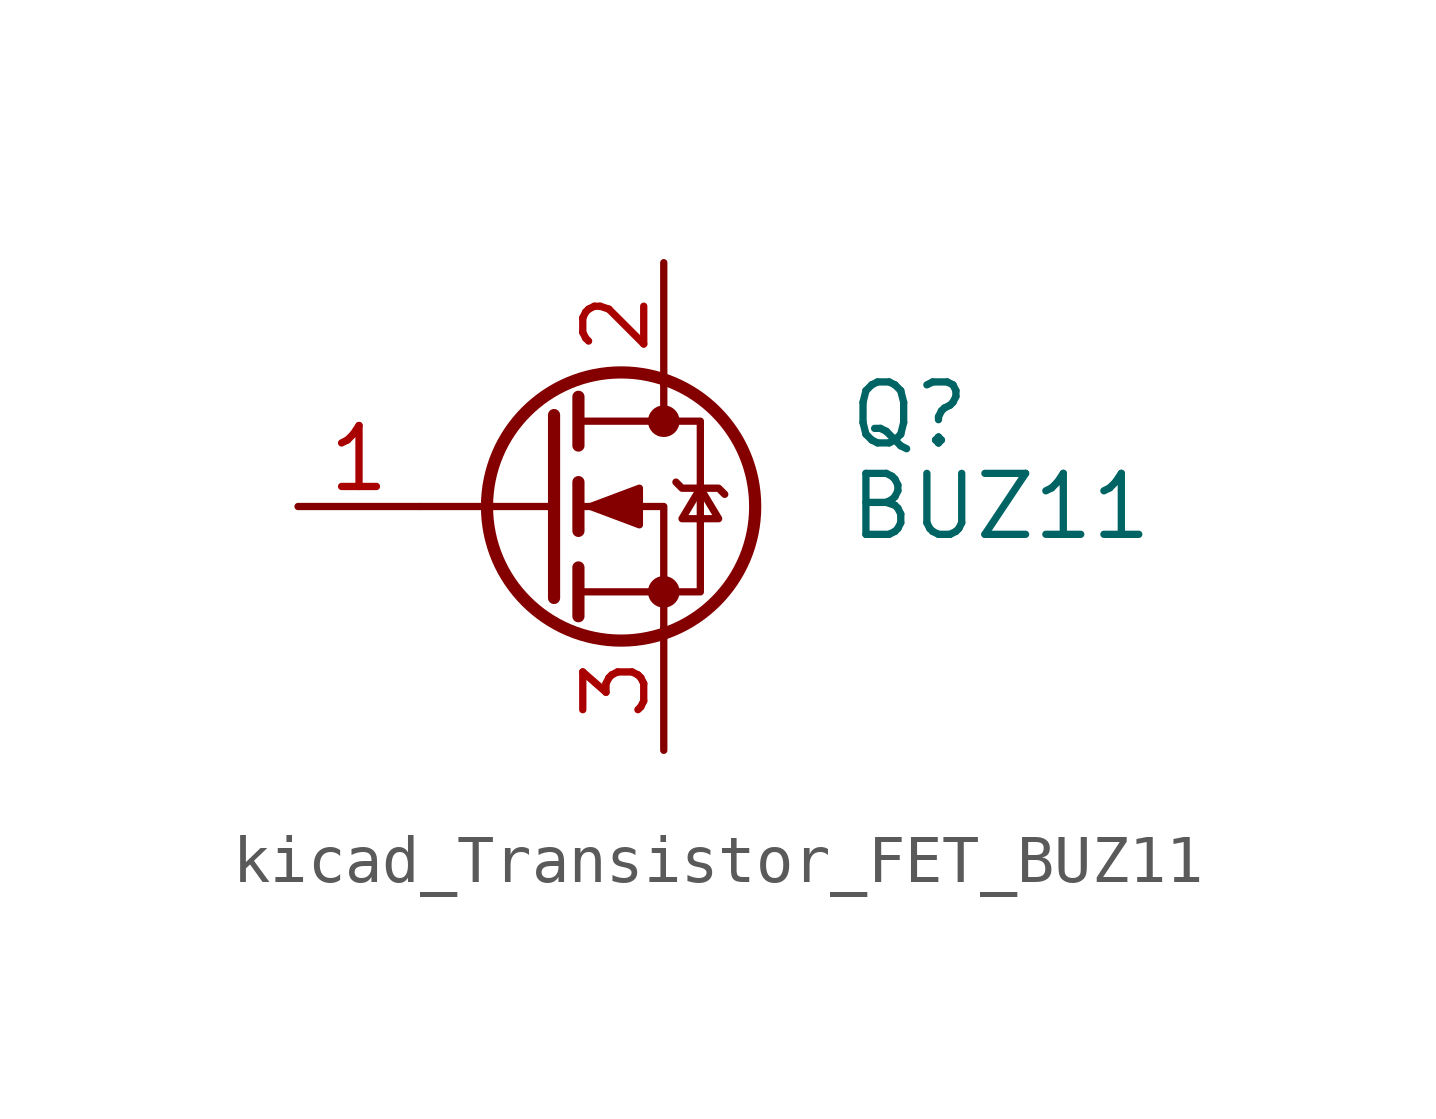
<source format=kicad_sym>
(kicad_symbol_lib
  (version 20220914)
  (generator kicad_symbol_editor)
  (symbol "kicad_Transistor_FET_BUZ11"
    (pin_names hide)
    (property "Reference" "Q"
      (at 6.35 1.905 0)
      (effects (font (size 1.27 1.27)) (justify left)))
    (property "Value" "BUZ11"
      (at 6.35 0 0)
      (effects (font (size 1.27 1.27)) (justify left)))
    (symbol "kicad_Transistor_FET_BUZ11_0_1"
      (polyline (pts (xy 0.254 0) (xy -2.54 0)) (stroke (width 0) (type default)) (fill (type none)))
      (polyline (pts (xy 0.254 1.905) (xy 0.254 -1.905)) (stroke (width 0.254) (type default)) (fill (type none)))
      (polyline (pts (xy 0.762 -1.27) (xy 0.762 -2.286)) (stroke (width 0.254) (type default)) (fill (type none)))
      (polyline (pts (xy 0.762 0.508) (xy 0.762 -0.508)) (stroke (width 0.254) (type default)) (fill (type none)))
      (polyline (pts (xy 0.762 2.286) (xy 0.762 1.27)) (stroke (width 0.254) (type default)) (fill (type none)))
      (polyline (pts (xy 2.54 2.54) (xy 2.54 1.778)) (stroke (width 0) (type default)) (fill (type none)))
      (polyline (pts (xy 2.54 -2.54) (xy 2.54 0) (xy 0.762 0)) (stroke (width 0) (type default)) (fill (type none)))
      (polyline (pts (xy 0.762 -1.778) (xy 3.302 -1.778) (xy 3.302 1.778) (xy 0.762 1.778)) (stroke (width 0) (type default)) (fill (type none)))
      (polyline (pts (xy 1.016 0) (xy 2.032 0.381) (xy 2.032 -0.381) (xy 1.016 0)) (stroke (width 0) (type default)) (fill (type outline)))
      (polyline (pts (xy 2.794 0.508) (xy 2.921 0.381) (xy 3.683 0.381) (xy 3.81 0.254)) (stroke (width 0) (type default)) (fill (type none)))
      (polyline (pts (xy 3.302 0.381) (xy 2.921 -0.254) (xy 3.683 -0.254) (xy 3.302 0.381)) (stroke (width 0) (type default)) (fill (type none)))
      (circle (center 1.651 0) (radius 2.794) (stroke (width 0.254) (type default)) (fill (type none)))
      (circle (center 2.54 -1.778) (radius 0.254) (stroke (width 0) (type default)) (fill (type outline)))
      (circle (center 2.54 1.778) (radius 0.254) (stroke (width 0) (type default)) (fill (type outline))))
    (symbol "kicad_Transistor_FET_BUZ11_1_1"
      (pin input line (at -5.08 0 0) (length 2.54) (name "G" (effects (font (size 1.27 1.27)))) (number "1" (effects (font (size 1.27 1.27)))))
      (pin passive line (at 2.54 5.08 270) (length 2.54) (name "D" (effects (font (size 1.27 1.27)))) (number "2" (effects (font (size 1.27 1.27)))))
      (pin passive line (at 2.54 -5.08 90) (length 2.54) (name "S" (effects (font (size 1.27 1.27)))) (number "3" (effects (font (size 1.27 1.27))))))))
</source>
